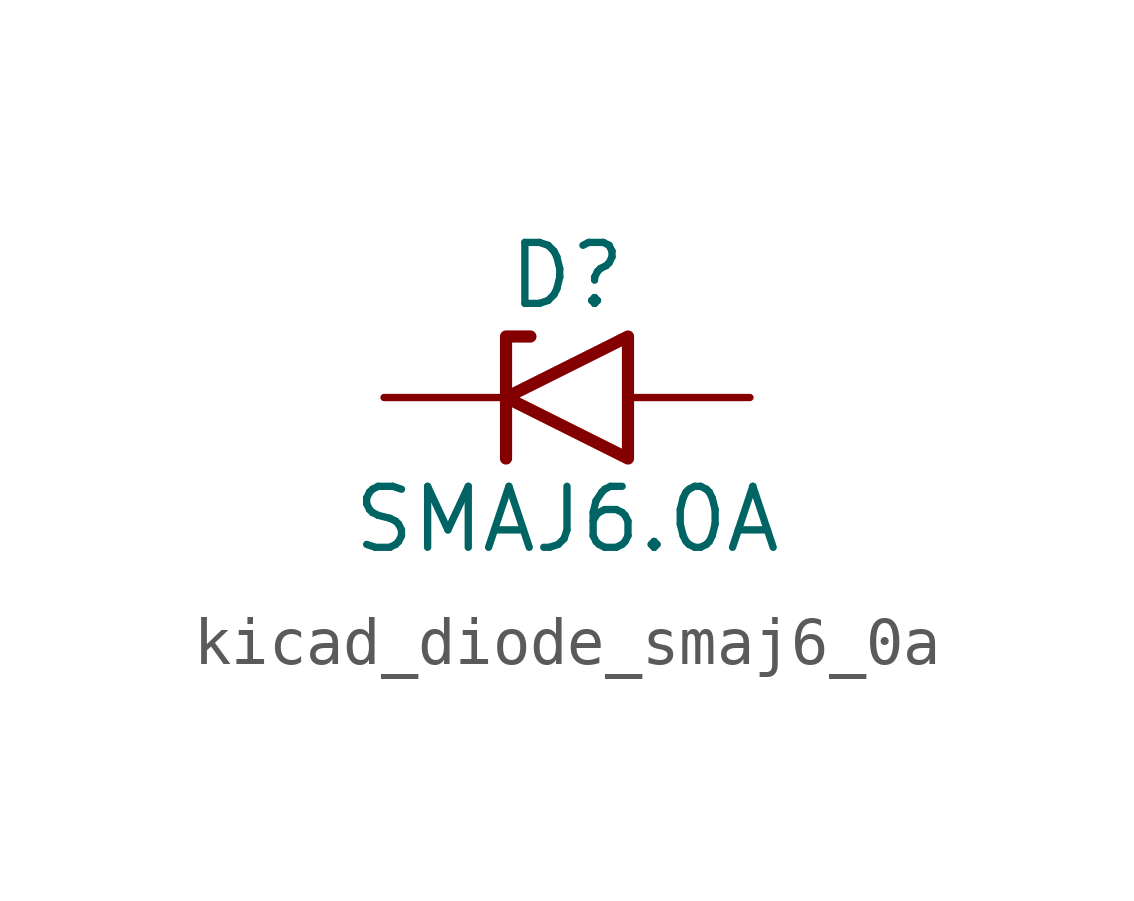
<source format=kicad_sym>
(kicad_symbol_lib
  (version 20220914)
  (generator kicad_symbol_editor)
  (symbol "kicad_diode_smaj6_0a"
    (pin_numbers hide)
    (pin_names
      (offset 1.016) hide)
    (property "Reference" "D"
      (at 0 2.54 0)
      (effects (font (size 1.27 1.27))))
    (property "Value" "SMAJ6.0A"
      (at 0 -2.54 0)
      (effects (font (size 1.27 1.27))))
    (symbol "kicad_diode_smaj6_0a_0_1"
      (polyline (pts (xy -0.762 1.27) (xy -1.27 1.27) (xy -1.27 -1.27)) (stroke (width 0.254) (type default)) (fill (type none)))
      (polyline (pts (xy 1.27 1.27) (xy 1.27 -1.27) (xy -1.27 0) (xy 1.27 1.27)) (stroke (width 0.254) (type default)) (fill (type none))))
    (symbol "kicad_diode_smaj6_0a_1_1"
      (pin passive line (at -3.81 0 0) (length 2.54) (name "A1" (effects (font (size 1.27 1.27)))) (number "1" (effects (font (size 1.27 1.27)))))
      (pin passive line (at 3.81 0 180) (length 2.54) (name "A2" (effects (font (size 1.27 1.27)))) (number "2" (effects (font (size 1.27 1.27))))))))
</source>
